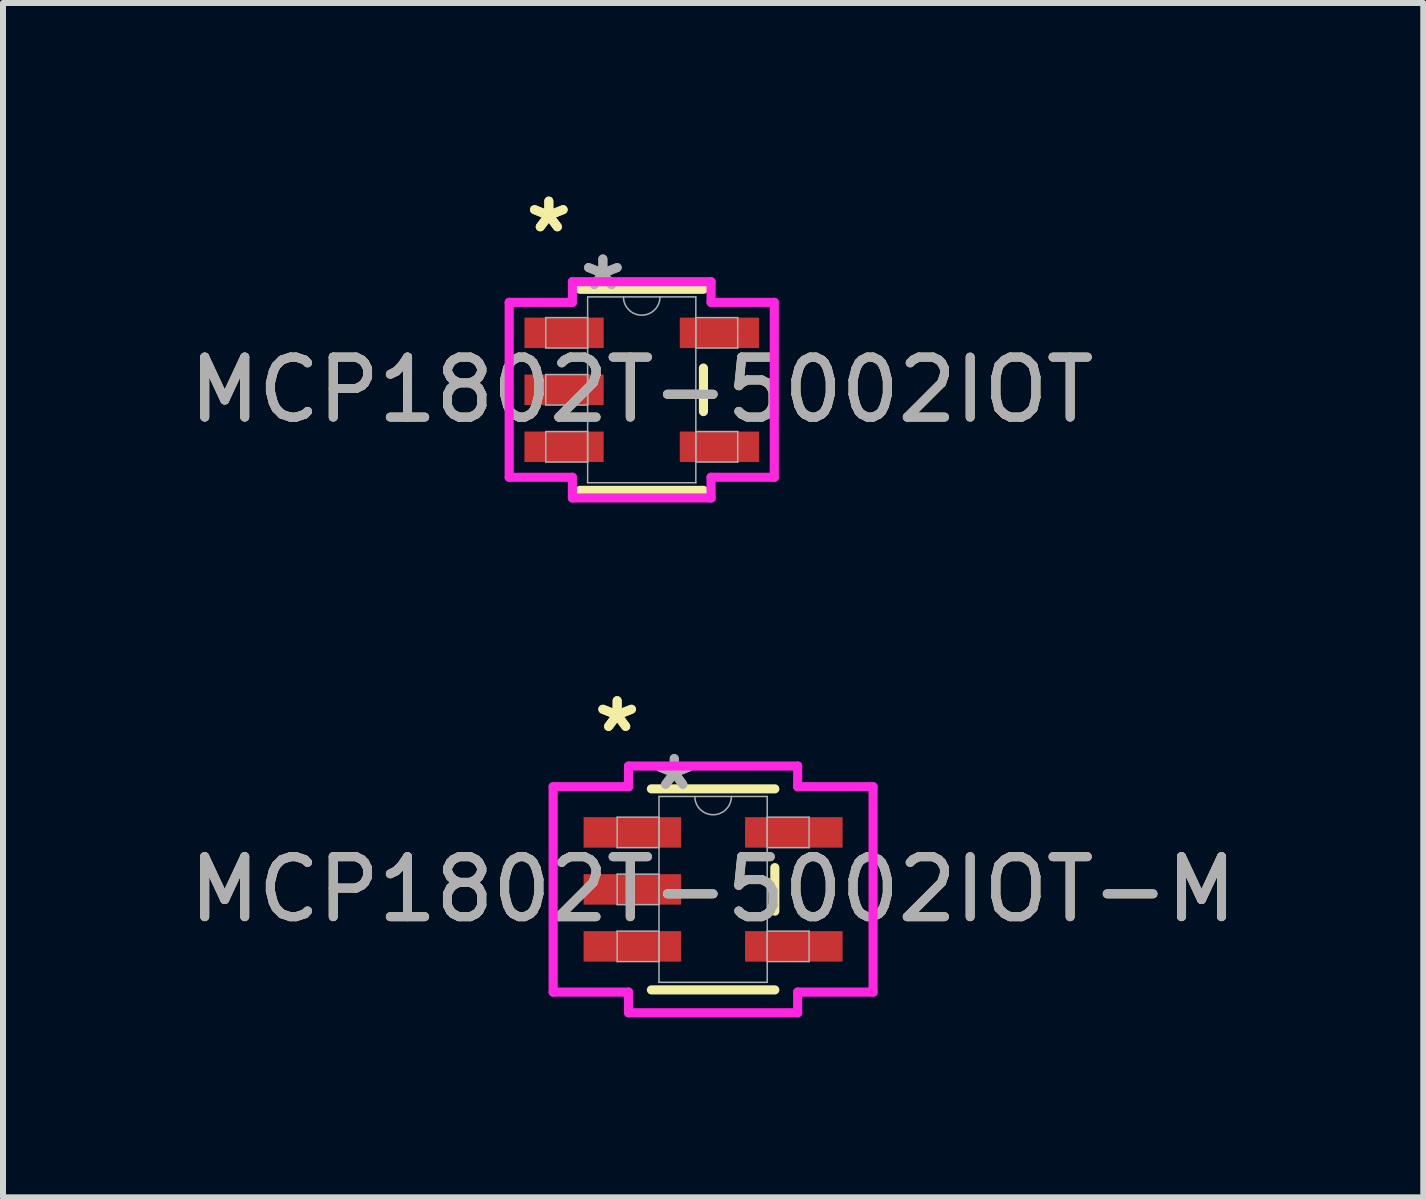
<source format=kicad_pcb>
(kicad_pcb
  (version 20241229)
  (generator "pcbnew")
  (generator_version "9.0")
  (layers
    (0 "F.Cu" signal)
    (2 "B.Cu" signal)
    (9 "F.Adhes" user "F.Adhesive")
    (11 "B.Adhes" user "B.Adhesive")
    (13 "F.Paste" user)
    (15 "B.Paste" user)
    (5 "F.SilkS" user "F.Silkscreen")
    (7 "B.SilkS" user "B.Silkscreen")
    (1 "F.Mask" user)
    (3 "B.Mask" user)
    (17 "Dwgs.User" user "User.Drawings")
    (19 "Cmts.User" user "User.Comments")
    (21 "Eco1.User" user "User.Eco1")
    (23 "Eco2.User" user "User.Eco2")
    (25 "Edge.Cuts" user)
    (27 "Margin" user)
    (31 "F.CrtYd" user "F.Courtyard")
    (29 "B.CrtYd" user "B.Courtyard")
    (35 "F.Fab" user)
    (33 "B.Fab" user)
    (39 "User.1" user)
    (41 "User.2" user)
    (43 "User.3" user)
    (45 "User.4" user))
  (footprint "MCP1802T-5002IOT"
    (layer "F.Cu")
    (at 7.649 3.449)
    (property "Reference" "MCP1802T-5002IOT" (at 0 0 0) (unlocked yes) (layer "F.SilkS") (effects (font (size 1 1) (thickness 0.15))))
    (attr smd)
    (fp_line (start -1.029 1.676) (end 1.029 1.676) (stroke (width 0.152) (type solid)) (layer "F.SilkS"))
    (fp_line (start 1.029 -1.676) (end -1.029 -1.676) (stroke (width 0.152) (type solid)) (layer "F.SilkS"))
    (fp_line (start 1.029 0.363) (end 1.029 -0.363) (stroke (width 0.152) (type solid)) (layer "F.SilkS"))
    (fp_line (start -2.21 -1.458) (end -1.156 -1.458) (stroke (width 0.152) (type solid)) (layer "F.CrtYd"))
    (fp_line (start -2.21 1.458) (end -2.21 -1.458) (stroke (width 0.152) (type solid)) (layer "F.CrtYd"))
    (fp_line (start -1.156 -1.803) (end 1.156 -1.803) (stroke (width 0.152) (type solid)) (layer "F.CrtYd"))
    (fp_line (start -1.156 -1.458) (end -1.156 -1.803) (stroke (width 0.152) (type solid)) (layer "F.CrtYd"))
    (fp_line (start -1.156 1.458) (end -2.21 1.458) (stroke (width 0.152) (type solid)) (layer "F.CrtYd"))
    (fp_line (start -1.156 1.803) (end -1.156 1.458) (stroke (width 0.152) (type solid)) (layer "F.CrtYd"))
    (fp_line (start 1.156 -1.803) (end 1.156 -1.458) (stroke (width 0.152) (type solid)) (layer "F.CrtYd"))
    (fp_line (start 1.156 -1.458) (end 2.21 -1.458) (stroke (width 0.152) (type solid)) (layer "F.CrtYd"))
    (fp_line (start 1.156 1.458) (end 1.156 1.803) (stroke (width 0.152) (type solid)) (layer "F.CrtYd"))
    (fp_line (start 1.156 1.803) (end -1.156 1.803) (stroke (width 0.152) (type solid)) (layer "F.CrtYd"))
    (fp_line (start 2.21 -1.458) (end 2.21 1.458) (stroke (width 0.152) (type solid)) (layer "F.CrtYd"))
    (fp_line (start 2.21 1.458) (end 1.156 1.458) (stroke (width 0.152) (type solid)) (layer "F.CrtYd"))
    (fp_line (start -1.6 -1.204) (end -1.6 -0.696) (stroke (width 0.025) (type solid)) (layer "F.Fab"))
    (fp_line (start -1.6 -0.696) (end -0.902 -0.696) (stroke (width 0.025) (type solid)) (layer "F.Fab"))
    (fp_line (start -1.6 -0.254) (end -1.6 0.254) (stroke (width 0.025) (type solid)) (layer "F.Fab"))
    (fp_line (start -1.6 0.254) (end -0.902 0.254) (stroke (width 0.025) (type solid)) (layer "F.Fab"))
    (fp_line (start -1.6 0.696) (end -1.6 1.204) (stroke (width 0.025) (type solid)) (layer "F.Fab"))
    (fp_line (start -1.6 1.204) (end -0.902 1.204) (stroke (width 0.025) (type solid)) (layer "F.Fab"))
    (fp_line (start -0.902 -1.549) (end -0.902 1.549) (stroke (width 0.025) (type solid)) (layer "F.Fab"))
    (fp_line (start -0.902 -1.204) (end -1.6 -1.204) (stroke (width 0.025) (type solid)) (layer "F.Fab"))
    (fp_line (start -0.902 -0.696) (end -0.902 -1.204) (stroke (width 0.025) (type solid)) (layer "F.Fab"))
    (fp_line (start -0.902 -0.254) (end -1.6 -0.254) (stroke (width 0.025) (type solid)) (layer "F.Fab"))
    (fp_line (start -0.902 0.254) (end -0.902 -0.254) (stroke (width 0.025) (type solid)) (layer "F.Fab"))
    (fp_line (start -0.902 0.696) (end -1.6 0.696) (stroke (width 0.025) (type solid)) (layer "F.Fab"))
    (fp_line (start -0.902 1.204) (end -0.902 0.696) (stroke (width 0.025) (type solid)) (layer "F.Fab"))
    (fp_line (start -0.902 1.549) (end 0.902 1.549) (stroke (width 0.025) (type solid)) (layer "F.Fab"))
    (fp_line (start 0.902 -1.549) (end -0.902 -1.549) (stroke (width 0.025) (type solid)) (layer "F.Fab"))
    (fp_line (start 0.902 -1.204) (end 0.902 -0.696) (stroke (width 0.025) (type solid)) (layer "F.Fab"))
    (fp_line (start 0.902 -0.696) (end 1.6 -0.696) (stroke (width 0.025) (type solid)) (layer "F.Fab"))
    (fp_line (start 0.902 0.696) (end 0.902 1.204) (stroke (width 0.025) (type solid)) (layer "F.Fab"))
    (fp_line (start 0.902 1.204) (end 1.6 1.204) (stroke (width 0.025) (type solid)) (layer "F.Fab"))
    (fp_line (start 0.902 1.549) (end 0.902 -1.549) (stroke (width 0.025) (type solid)) (layer "F.Fab"))
    (fp_line (start 1.6 -1.204) (end 0.902 -1.204) (stroke (width 0.025) (type solid)) (layer "F.Fab"))
    (fp_line (start 1.6 -0.696) (end 1.6 -1.204) (stroke (width 0.025) (type solid)) (layer "F.Fab"))
    (fp_line (start 1.6 0.696) (end 0.902 0.696) (stroke (width 0.025) (type solid)) (layer "F.Fab"))
    (fp_line (start 1.6 1.204) (end 1.6 0.696) (stroke (width 0.025) (type solid)) (layer "F.Fab"))
    (fp_arc (start 0.3048 -1.5494) (mid 0 -1.2446) (end -0.3048 -1.5494) (stroke (width 0.0254) (type solid)) (layer "F.Fab"))
    (fp_text user "*" (at -1.549 -2.601 0) (layer "F.SilkS") (effects (font (size 1 1) (thickness 0.15))))
    (fp_text user "*" (at -1.549 -2.601 0) (unlocked yes) (layer "F.SilkS") (effects (font (size 1 1) (thickness 0.15))))
    (fp_text user "*" (at -0.648 -1.636 0) (unlocked yes) (layer "F.Fab") (effects (font (size 1 1) (thickness 0.15))))
    (fp_text user "${REFERENCE}" (at 0 0 0) (unlocked yes) (layer "F.Fab") (effects (font (size 1 1) (thickness 0.15))))
    (fp_text user "*" (at -0.648 -1.636 0) (layer "F.Fab") (effects (font (size 1 1) (thickness 0.15))))
    (pad "1" smd rect (at -1.295 -0.95) (size 1.321 0.508) (layers "F.Cu" "F.Mask" "F.Paste"))
    (pad "2" smd rect (at -1.295 0) (size 1.321 0.508) (layers "F.Cu" "F.Mask" "F.Paste"))
    (pad "3" smd rect (at -1.295 0.95) (size 1.321 0.508) (layers "F.Cu" "F.Mask" "F.Paste"))
    (pad "4" smd rect (at 1.295 0.95) (size 1.321 0.508) (layers "F.Cu" "F.Mask" "F.Paste"))
    (pad "5" smd rect (at 1.295 -0.95) (size 1.321 0.508) (layers "F.Cu" "F.Mask" "F.Paste")))
  (footprint "MCP1802T-5002IOT-M"
    (layer "F.Cu")
    (at 8.839 11.778)
    (property "Reference" "MCP1802T-5002IOT-M" (at 0 0 0) (unlocked yes) (layer "F.SilkS") (effects (font (size 1 1) (thickness 0.15))))
    (attr smd)
    (fp_line (start -1.029 1.676) (end 1.029 1.676) (stroke (width 0.152) (type solid)) (layer "F.SilkS"))
    (fp_line (start 1.029 -1.676) (end -1.029 -1.676) (stroke (width 0.152) (type solid)) (layer "F.SilkS"))
    (fp_line (start 1.029 0.363) (end 1.029 -0.363) (stroke (width 0.152) (type solid)) (layer "F.SilkS"))
    (fp_line (start -2.667 -1.712) (end -1.41 -1.712) (stroke (width 0.152) (type solid)) (layer "F.CrtYd"))
    (fp_line (start -2.667 1.712) (end -2.667 -1.712) (stroke (width 0.152) (type solid)) (layer "F.CrtYd"))
    (fp_line (start -1.41 -2.057) (end 1.41 -2.057) (stroke (width 0.152) (type solid)) (layer "F.CrtYd"))
    (fp_line (start -1.41 -1.712) (end -1.41 -2.057) (stroke (width 0.152) (type solid)) (layer "F.CrtYd"))
    (fp_line (start -1.41 1.712) (end -2.667 1.712) (stroke (width 0.152) (type solid)) (layer "F.CrtYd"))
    (fp_line (start -1.41 2.057) (end -1.41 1.712) (stroke (width 0.152) (type solid)) (layer "F.CrtYd"))
    (fp_line (start 1.41 -2.057) (end 1.41 -1.712) (stroke (width 0.152) (type solid)) (layer "F.CrtYd"))
    (fp_line (start 1.41 -1.712) (end 2.667 -1.712) (stroke (width 0.152) (type solid)) (layer "F.CrtYd"))
    (fp_line (start 1.41 1.712) (end 1.41 2.057) (stroke (width 0.152) (type solid)) (layer "F.CrtYd"))
    (fp_line (start 1.41 2.057) (end -1.41 2.057) (stroke (width 0.152) (type solid)) (layer "F.CrtYd"))
    (fp_line (start 2.667 -1.712) (end 2.667 1.712) (stroke (width 0.152) (type solid)) (layer "F.CrtYd"))
    (fp_line (start 2.667 1.712) (end 1.41 1.712) (stroke (width 0.152) (type solid)) (layer "F.CrtYd"))
    (fp_line (start -1.6 -1.204) (end -1.6 -0.696) (stroke (width 0.025) (type solid)) (layer "F.Fab"))
    (fp_line (start -1.6 -0.696) (end -0.902 -0.696) (stroke (width 0.025) (type solid)) (layer "F.Fab"))
    (fp_line (start -1.6 -0.254) (end -1.6 0.254) (stroke (width 0.025) (type solid)) (layer "F.Fab"))
    (fp_line (start -1.6 0.254) (end -0.902 0.254) (stroke (width 0.025) (type solid)) (layer "F.Fab"))
    (fp_line (start -1.6 0.696) (end -1.6 1.204) (stroke (width 0.025) (type solid)) (layer "F.Fab"))
    (fp_line (start -1.6 1.204) (end -0.902 1.204) (stroke (width 0.025) (type solid)) (layer "F.Fab"))
    (fp_line (start -0.902 -1.549) (end -0.902 1.549) (stroke (width 0.025) (type solid)) (layer "F.Fab"))
    (fp_line (start -0.902 -1.204) (end -1.6 -1.204) (stroke (width 0.025) (type solid)) (layer "F.Fab"))
    (fp_line (start -0.902 -0.696) (end -0.902 -1.204) (stroke (width 0.025) (type solid)) (layer "F.Fab"))
    (fp_line (start -0.902 -0.254) (end -1.6 -0.254) (stroke (width 0.025) (type solid)) (layer "F.Fab"))
    (fp_line (start -0.902 0.254) (end -0.902 -0.254) (stroke (width 0.025) (type solid)) (layer "F.Fab"))
    (fp_line (start -0.902 0.696) (end -1.6 0.696) (stroke (width 0.025) (type solid)) (layer "F.Fab"))
    (fp_line (start -0.902 1.204) (end -0.902 0.696) (stroke (width 0.025) (type solid)) (layer "F.Fab"))
    (fp_line (start -0.902 1.549) (end 0.902 1.549) (stroke (width 0.025) (type solid)) (layer "F.Fab"))
    (fp_line (start 0.902 -1.549) (end -0.902 -1.549) (stroke (width 0.025) (type solid)) (layer "F.Fab"))
    (fp_line (start 0.902 -1.204) (end 0.902 -0.696) (stroke (width 0.025) (type solid)) (layer "F.Fab"))
    (fp_line (start 0.902 -0.696) (end 1.6 -0.696) (stroke (width 0.025) (type solid)) (layer "F.Fab"))
    (fp_line (start 0.902 0.696) (end 0.902 1.204) (stroke (width 0.025) (type solid)) (layer "F.Fab"))
    (fp_line (start 0.902 1.204) (end 1.6 1.204) (stroke (width 0.025) (type solid)) (layer "F.Fab"))
    (fp_line (start 0.902 1.549) (end 0.902 -1.549) (stroke (width 0.025) (type solid)) (layer "F.Fab"))
    (fp_line (start 1.6 -1.204) (end 0.902 -1.204) (stroke (width 0.025) (type solid)) (layer "F.Fab"))
    (fp_line (start 1.6 -0.696) (end 1.6 -1.204) (stroke (width 0.025) (type solid)) (layer "F.Fab"))
    (fp_line (start 1.6 0.696) (end 0.902 0.696) (stroke (width 0.025) (type solid)) (layer "F.Fab"))
    (fp_line (start 1.6 1.204) (end 1.6 0.696) (stroke (width 0.025) (type solid)) (layer "F.Fab"))
    (fp_arc (start 0.3048 -1.5494) (mid 0 -1.2446) (end -0.3048 -1.5494) (stroke (width 0.0254) (type solid)) (layer "F.Fab"))
    (fp_text user "*" (at -1.6 -2.601 0) (unlocked yes) (layer "F.SilkS") (effects (font (size 1 1) (thickness 0.15))))
    (fp_text user "*" (at -1.6 -2.601 0) (layer "F.SilkS") (effects (font (size 1 1) (thickness 0.15))))
    (fp_text user "*" (at -0.648 -1.636 0) (layer "F.Fab") (effects (font (size 1 1) (thickness 0.15))))
    (fp_text user "${REFERENCE}" (at 0 0 0) (unlocked yes) (layer "F.Fab") (effects (font (size 1 1) (thickness 0.15))))
    (fp_text user "*" (at -0.648 -1.636 0) (unlocked yes) (layer "F.Fab") (effects (font (size 1 1) (thickness 0.15))))
    (pad "1" smd rect (at -1.346 -0.95) (size 1.626 0.508) (layers "F.Cu" "F.Mask" "F.Paste"))
    (pad "2" smd rect (at -1.346 0) (size 1.626 0.508) (layers "F.Cu" "F.Mask" "F.Paste"))
    (pad "3" smd rect (at -1.346 0.95) (size 1.626 0.508) (layers "F.Cu" "F.Mask" "F.Paste"))
    (pad "4" smd rect (at 1.346 0.95) (size 1.626 0.508) (layers "F.Cu" "F.Mask" "F.Paste"))
    (pad "5" smd rect (at 1.346 -0.95) (size 1.626 0.508) (layers "F.Cu" "F.Mask" "F.Paste")))
  (gr_rect
    (start -3 -3)
    (end 20.679 16.912)
    (stroke (width 0.1) (type default))
    (fill no)
    (layer "Edge.Cuts")))
</source>
